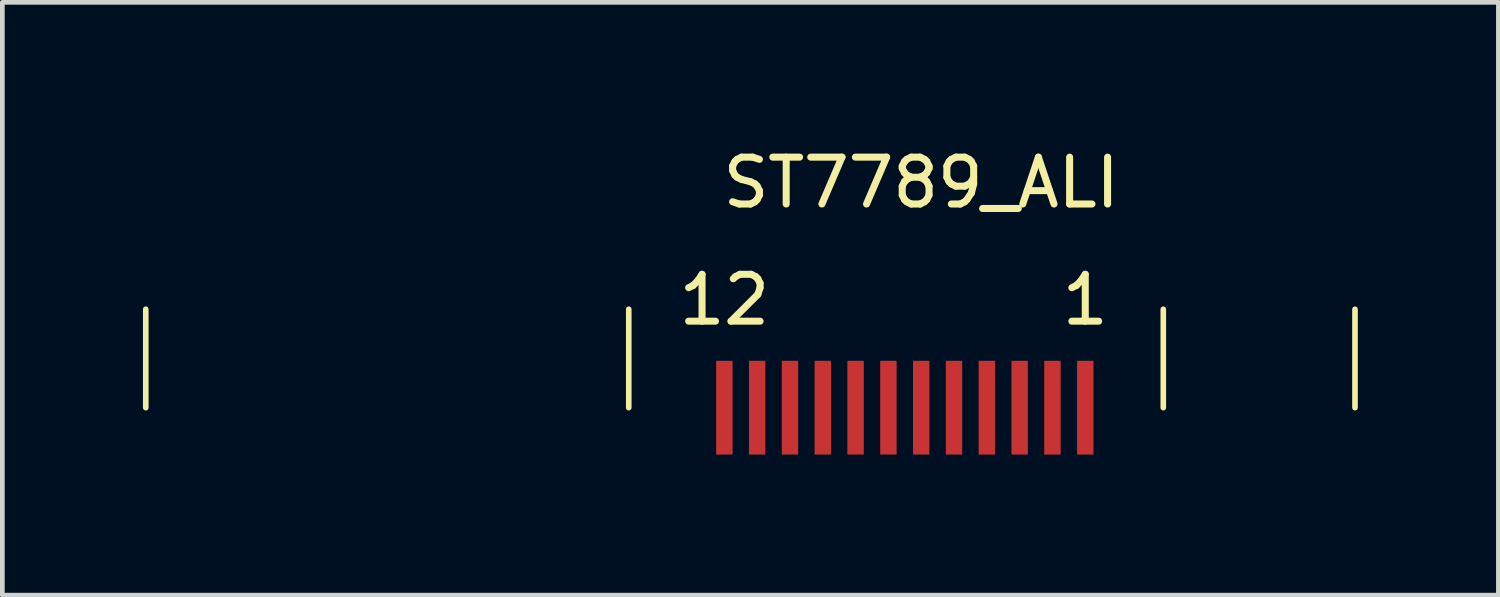
<source format=kicad_pcb>
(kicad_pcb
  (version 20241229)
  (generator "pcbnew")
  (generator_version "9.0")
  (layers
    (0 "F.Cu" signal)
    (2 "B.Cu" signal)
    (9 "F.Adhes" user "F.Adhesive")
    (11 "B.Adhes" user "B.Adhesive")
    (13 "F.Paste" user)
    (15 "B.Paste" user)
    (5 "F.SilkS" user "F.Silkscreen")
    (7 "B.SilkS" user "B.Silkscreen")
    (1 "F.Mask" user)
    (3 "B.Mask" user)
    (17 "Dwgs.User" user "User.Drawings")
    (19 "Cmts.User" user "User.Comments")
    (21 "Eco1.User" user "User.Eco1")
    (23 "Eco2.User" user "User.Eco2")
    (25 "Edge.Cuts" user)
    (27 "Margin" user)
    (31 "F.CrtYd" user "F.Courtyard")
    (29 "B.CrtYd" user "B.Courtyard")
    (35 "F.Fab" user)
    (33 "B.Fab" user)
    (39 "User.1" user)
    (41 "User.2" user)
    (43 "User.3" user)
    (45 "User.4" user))
  (footprint "ST7789_ALI"
    (layer "F.Cu")
    (at 16.605 2.148)
    (property "Reference" "ST7789_ALI" (at 0 -1.3 0) (layer "F.SilkS") (effects (font (size 1 1) (thickness 0.15))))
    (attr through_hole)
    (fp_line (start -16.545 3.5) (end -16.545 1.4) (stroke (width 0.12) (type solid)) (layer "F.SilkS"))
    (fp_line (start -6.24 3.5) (end -6.24 1.4) (stroke (width 0.12) (type solid)) (layer "F.SilkS"))
    (fp_line (start 5.165 3.5) (end 5.165 1.4) (stroke (width 0.12) (type solid)) (layer "F.SilkS"))
    (fp_line (start 9.255 3.5) (end 9.255 1.4) (stroke (width 0.12) (type solid)) (layer "F.SilkS"))
    (fp_text user "1" (at 3.5 1.2 0) (layer "F.SilkS") (effects (font (size 1 1) (thickness 0.15))))
    (fp_text user "12" (at -4.2 1.2 0) (layer "F.SilkS") (effects (font (size 1 1) (thickness 0.15))))
    (pad "1" smd rect (at 3.5 3.5) (size 0.35 2) (layers "F.Cu" "F.Mask" "F.Paste"))
    (pad "2" smd rect (at 2.8 3.5) (size 0.35 2) (layers "F.Cu" "F.Mask" "F.Paste"))
    (pad "3" smd rect (at 2.1 3.5) (size 0.35 2) (layers "F.Cu" "F.Mask" "F.Paste"))
    (pad "4" smd rect (at 1.4 3.5) (size 0.35 2) (layers "F.Cu" "F.Mask" "F.Paste"))
    (pad "5" smd rect (at 0.7 3.5) (size 0.35 2) (layers "F.Cu" "F.Mask" "F.Paste"))
    (pad "6" smd rect (at 0 3.5) (size 0.35 2) (layers "F.Cu" "F.Mask" "F.Paste"))
    (pad "7" smd rect (at -0.7 3.5) (size 0.35 2) (layers "F.Cu" "F.Mask" "F.Paste"))
    (pad "8" smd rect (at -1.4 3.5) (size 0.35 2) (layers "F.Cu" "F.Mask" "F.Paste"))
    (pad "9" smd rect (at -2.1 3.5) (size 0.35 2) (layers "F.Cu" "F.Mask" "F.Paste"))
    (pad "10" smd rect (at -2.8 3.5) (size 0.35 2) (layers "F.Cu" "F.Mask" "F.Paste"))
    (pad "11" smd rect (at -3.5 3.5) (size 0.35 2) (layers "F.Cu" "F.Mask" "F.Paste"))
    (pad "12" smd rect (at -4.2 3.5) (size 0.35 2) (layers "F.Cu" "F.Mask" "F.Paste")))
  (gr_rect
    (start -3 -3)
    (end 28.92 9.648)
    (stroke (width 0.1) (type default))
    (fill no)
    (layer "Edge.Cuts")))
</source>
